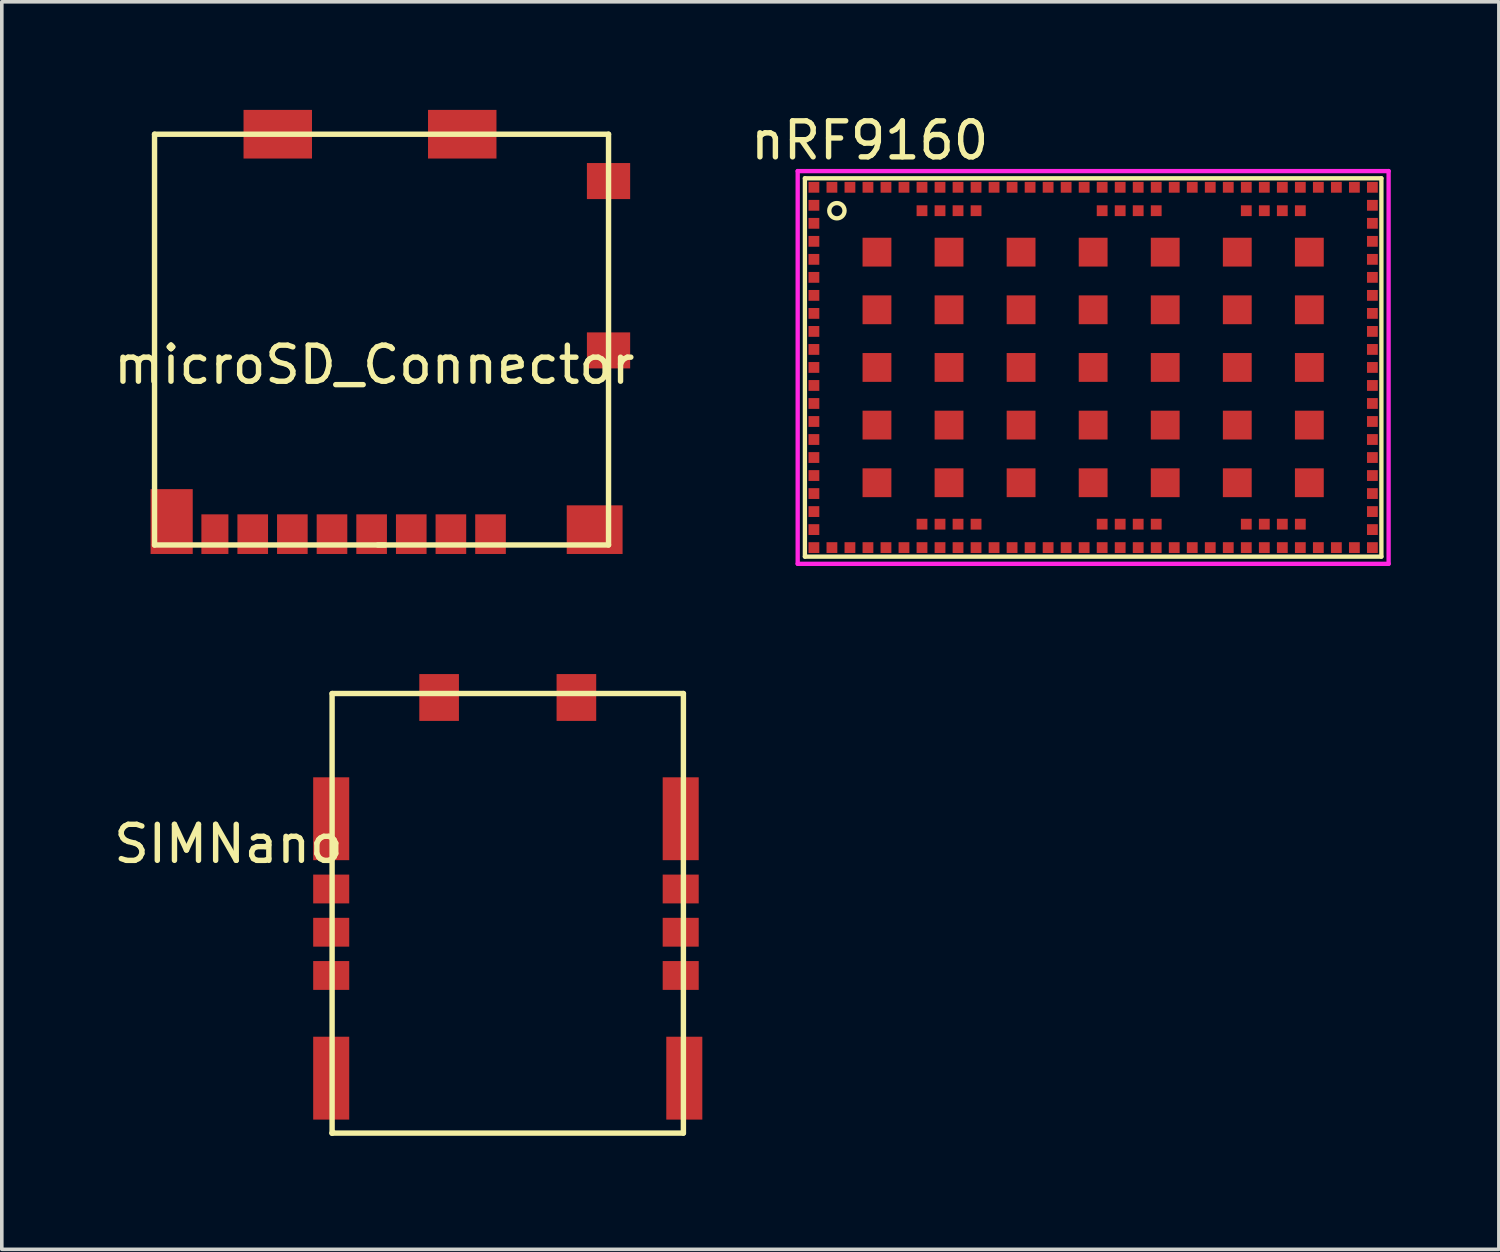
<source format=kicad_pcb>
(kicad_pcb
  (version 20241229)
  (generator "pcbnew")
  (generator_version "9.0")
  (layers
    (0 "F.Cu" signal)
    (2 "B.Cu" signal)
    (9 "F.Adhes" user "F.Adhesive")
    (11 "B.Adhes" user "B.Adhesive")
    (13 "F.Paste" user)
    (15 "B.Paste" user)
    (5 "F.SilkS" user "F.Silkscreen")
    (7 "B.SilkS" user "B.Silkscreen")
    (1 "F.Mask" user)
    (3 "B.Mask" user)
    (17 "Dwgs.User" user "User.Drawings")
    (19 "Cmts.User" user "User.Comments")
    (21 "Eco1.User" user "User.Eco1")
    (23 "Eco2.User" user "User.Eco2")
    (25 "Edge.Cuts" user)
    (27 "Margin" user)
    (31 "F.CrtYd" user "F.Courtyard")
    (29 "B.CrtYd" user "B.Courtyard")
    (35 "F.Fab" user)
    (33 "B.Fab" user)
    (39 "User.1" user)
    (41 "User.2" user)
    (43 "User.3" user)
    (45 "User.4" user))
  (footprint "nRF9160"
    (layer "F.Cu")
    (at 27.289 7.148)
    (property "Reference" "nRF9160" (at -6.2 -6.3 0) (layer "F.SilkS") (effects (font (size 1 1) (thickness 0.15))))
    (attr through_hole)
    (fp_line (start -8 -5.25) (end 8 -5.25) (stroke (width 0.12) (type solid)) (layer "F.SilkS"))
    (fp_line (start -8 5.25) (end -8 -5.25) (stroke (width 0.12) (type solid)) (layer "F.SilkS"))
    (fp_line (start 8 -5.25) (end 8 5.25) (stroke (width 0.12) (type solid)) (layer "F.SilkS"))
    (fp_line (start 8 5.25) (end -8 5.25) (stroke (width 0.12) (type solid)) (layer "F.SilkS"))
    (fp_circle (center -7.112 -4.35) (end -6.962 -4.2) (stroke (width 0.12) (type solid)) (fill no) (layer "F.SilkS"))
    (fp_line (start -8.2 -5.45) (end 8.2 -5.45) (stroke (width 0.12) (type solid)) (layer "F.CrtYd"))
    (fp_line (start -8.2 5.45) (end -8.2 -5.45) (stroke (width 0.12) (type solid)) (layer "F.CrtYd"))
    (fp_line (start 8.2 -5.45) (end 8.2 5.45) (stroke (width 0.12) (type solid)) (layer "F.CrtYd"))
    (fp_line (start 8.2 5.45) (end -8.2 5.45) (stroke (width 0.12) (type solid)) (layer "F.CrtYd"))
    (pad "1" smd rect (at -7.75 -5) (size 0.3 0.3) (layers "F.Cu" "F.Mask" "F.Paste"))
    (pad "2" smd rect (at -7.75 -4.5) (size 0.3 0.3) (layers "F.Cu" "F.Mask" "F.Paste"))
    (pad "3" smd rect (at -7.75 -4) (size 0.3 0.3) (layers "F.Cu" "F.Mask" "F.Paste"))
    (pad "4" smd rect (at -7.75 -3.5) (size 0.3 0.3) (layers "F.Cu" "F.Mask" "F.Paste"))
    (pad "5" smd rect (at -7.75 -3) (size 0.3 0.3) (layers "F.Cu" "F.Mask" "F.Paste"))
    (pad "6" smd rect (at -7.75 -2.5) (size 0.3 0.3) (layers "F.Cu" "F.Mask" "F.Paste"))
    (pad "7" smd rect (at -7.75 -2) (size 0.3 0.3) (layers "F.Cu" "F.Mask" "F.Paste"))
    (pad "8" smd rect (at -7.75 -1.5) (size 0.3 0.3) (layers "F.Cu" "F.Mask" "F.Paste"))
    (pad "9" smd rect (at -7.75 -1) (size 0.3 0.3) (layers "F.Cu" "F.Mask" "F.Paste"))
    (pad "10" smd rect (at -7.75 -0.5) (size 0.3 0.3) (layers "F.Cu" "F.Mask" "F.Paste"))
    (pad "11" smd rect (at -7.75 0) (size 0.3 0.3) (layers "F.Cu" "F.Mask" "F.Paste"))
    (pad "12" smd rect (at -7.75 0.5) (size 0.3 0.3) (layers "F.Cu" "F.Mask" "F.Paste"))
    (pad "13" smd rect (at -7.75 1) (size 0.3 0.3) (layers "F.Cu" "F.Mask" "F.Paste"))
    (pad "14" smd rect (at -7.75 1.5) (size 0.3 0.3) (layers "F.Cu" "F.Mask" "F.Paste"))
    (pad "15" smd rect (at -7.75 2) (size 0.3 0.3) (layers "F.Cu" "F.Mask" "F.Paste"))
    (pad "16" smd rect (at -7.75 2.5) (size 0.3 0.3) (layers "F.Cu" "F.Mask" "F.Paste"))
    (pad "17" smd rect (at -7.75 3) (size 0.3 0.3) (layers "F.Cu" "F.Mask" "F.Paste"))
    (pad "18" smd rect (at -7.75 3.5) (size 0.3 0.3) (layers "F.Cu" "F.Mask" "F.Paste"))
    (pad "19" smd rect (at -7.75 4) (size 0.3 0.3) (layers "F.Cu" "F.Mask" "F.Paste"))
    (pad "20" smd rect (at -7.75 4.5) (size 0.3 0.3) (layers "F.Cu" "F.Mask" "F.Paste"))
    (pad "21" smd rect (at -7.75 5) (size 0.3 0.3) (layers "F.Cu" "F.Mask" "F.Paste"))
    (pad "22" smd rect (at -7.25 5) (size 0.3 0.3) (layers "F.Cu" "F.Mask" "F.Paste"))
    (pad "23" smd rect (at -6.75 5) (size 0.3 0.3) (layers "F.Cu" "F.Mask" "F.Paste"))
    (pad "24" smd rect (at -6.25 5) (size 0.3 0.3) (layers "F.Cu" "F.Mask" "F.Paste"))
    (pad "25" smd rect (at -5.75 5) (size 0.3 0.3) (layers "F.Cu" "F.Mask" "F.Paste"))
    (pad "26" smd rect (at -5.25 5) (size 0.3 0.3) (layers "F.Cu" "F.Mask" "F.Paste"))
    (pad "27" smd rect (at -4.75 5) (size 0.3 0.3) (layers "F.Cu" "F.Mask" "F.Paste"))
    (pad "28" smd rect (at -4.25 5) (size 0.3 0.3) (layers "F.Cu" "F.Mask" "F.Paste"))
    (pad "29" smd rect (at -3.75 5) (size 0.3 0.3) (layers "F.Cu" "F.Mask" "F.Paste"))
    (pad "30" smd rect (at -3.25 5) (size 0.3 0.3) (layers "F.Cu" "F.Mask" "F.Paste"))
    (pad "31" smd rect (at -2.75 5) (size 0.3 0.3) (layers "F.Cu" "F.Mask" "F.Paste"))
    (pad "32" smd rect (at -2.25 5) (size 0.3 0.3) (layers "F.Cu" "F.Mask" "F.Paste"))
    (pad "33" smd rect (at -1.75 5) (size 0.3 0.3) (layers "F.Cu" "F.Mask" "F.Paste"))
    (pad "34" smd rect (at -1.25 5) (size 0.3 0.3) (layers "F.Cu" "F.Mask" "F.Paste"))
    (pad "35" smd rect (at -0.75 5) (size 0.3 0.3) (layers "F.Cu" "F.Mask" "F.Paste"))
    (pad "36" smd rect (at -0.25 5) (size 0.3 0.3) (layers "F.Cu" "F.Mask" "F.Paste"))
    (pad "37" smd rect (at 0.25 5) (size 0.3 0.3) (layers "F.Cu" "F.Mask" "F.Paste"))
    (pad "38" smd rect (at 0.75 5) (size 0.3 0.3) (layers "F.Cu" "F.Mask" "F.Paste"))
    (pad "39" smd rect (at 1.25 5) (size 0.3 0.3) (layers "F.Cu" "F.Mask" "F.Paste"))
    (pad "40" smd rect (at 1.75 5) (size 0.3 0.3) (layers "F.Cu" "F.Mask" "F.Paste"))
    (pad "41" smd rect (at 2.25 5) (size 0.3 0.3) (layers "F.Cu" "F.Mask" "F.Paste"))
    (pad "42" smd rect (at 2.75 5) (size 0.3 0.3) (layers "F.Cu" "F.Mask" "F.Paste"))
    (pad "43" smd rect (at 3.25 5) (size 0.3 0.3) (layers "F.Cu" "F.Mask" "F.Paste"))
    (pad "44" smd rect (at 3.75 5) (size 0.3 0.3) (layers "F.Cu" "F.Mask" "F.Paste"))
    (pad "45" smd rect (at 4.25 5) (size 0.3 0.3) (layers "F.Cu" "F.Mask" "F.Paste"))
    (pad "46" smd rect (at 4.75 5) (size 0.3 0.3) (layers "F.Cu" "F.Mask" "F.Paste"))
    (pad "47" smd rect (at 5.25 5) (size 0.3 0.3) (layers "F.Cu" "F.Mask" "F.Paste"))
    (pad "48" smd rect (at 5.75 5) (size 0.3 0.3) (layers "F.Cu" "F.Mask" "F.Paste"))
    (pad "49" smd rect (at 6.25 5) (size 0.3 0.3) (layers "F.Cu" "F.Mask" "F.Paste"))
    (pad "50" smd rect (at 6.75 5) (size 0.3 0.3) (layers "F.Cu" "F.Mask" "F.Paste"))
    (pad "51" smd rect (at 7.25 5) (size 0.3 0.3) (layers "F.Cu" "F.Mask" "F.Paste"))
    (pad "52" smd rect (at 7.75 5) (size 0.3 0.3) (layers "F.Cu" "F.Mask" "F.Paste"))
    (pad "53" smd rect (at 7.75 4.5) (size 0.3 0.3) (layers "F.Cu" "F.Mask" "F.Paste"))
    (pad "54" smd rect (at 7.75 4) (size 0.3 0.3) (layers "F.Cu" "F.Mask" "F.Paste"))
    (pad "55" smd rect (at 7.75 3.5) (size 0.3 0.3) (layers "F.Cu" "F.Mask" "F.Paste"))
    (pad "56" smd rect (at 7.75 3) (size 0.3 0.3) (layers "F.Cu" "F.Mask" "F.Paste"))
    (pad "57" smd rect (at 7.75 2.5) (size 0.3 0.3) (layers "F.Cu" "F.Mask" "F.Paste"))
    (pad "58" smd rect (at 7.75 2) (size 0.3 0.3) (layers "F.Cu" "F.Mask" "F.Paste"))
    (pad "59" smd rect (at 7.75 1.5) (size 0.3 0.3) (layers "F.Cu" "F.Mask" "F.Paste"))
    (pad "60" smd rect (at 7.75 1) (size 0.3 0.3) (layers "F.Cu" "F.Mask" "F.Paste"))
    (pad "61" smd rect (at 7.75 0.5) (size 0.3 0.3) (layers "F.Cu" "F.Mask" "F.Paste"))
    (pad "62" smd rect (at 7.75 0) (size 0.3 0.3) (layers "F.Cu" "F.Mask" "F.Paste"))
    (pad "63" smd rect (at 7.75 -0.5) (size 0.3 0.3) (layers "F.Cu" "F.Mask" "F.Paste"))
    (pad "64" smd rect (at 7.75 -1) (size 0.3 0.3) (layers "F.Cu" "F.Mask" "F.Paste"))
    (pad "65" smd rect (at 7.75 -1.5) (size 0.3 0.3) (layers "F.Cu" "F.Mask" "F.Paste"))
    (pad "66" smd rect (at 7.75 -2) (size 0.3 0.3) (layers "F.Cu" "F.Mask" "F.Paste"))
    (pad "67" smd rect (at 7.75 -2.5) (size 0.3 0.3) (layers "F.Cu" "F.Mask" "F.Paste"))
    (pad "68" smd rect (at 7.75 -3) (size 0.3 0.3) (layers "F.Cu" "F.Mask" "F.Paste"))
    (pad "69" smd rect (at 7.75 -3.5) (size 0.3 0.3) (layers "F.Cu" "F.Mask" "F.Paste"))
    (pad "70" smd rect (at 7.75 -4) (size 0.3 0.3) (layers "F.Cu" "F.Mask" "F.Paste"))
    (pad "71" smd rect (at 7.75 -4.5) (size 0.3 0.3) (layers "F.Cu" "F.Mask" "F.Paste"))
    (pad "72" smd rect (at 7.75 -5) (size 0.3 0.3) (layers "F.Cu" "F.Mask" "F.Paste"))
    (pad "73" smd rect (at 7.25 -5) (size 0.3 0.3) (layers "F.Cu" "F.Mask" "F.Paste"))
    (pad "74" smd rect (at 6.75 -5) (size 0.3 0.3) (layers "F.Cu" "F.Mask" "F.Paste"))
    (pad "75" smd rect (at 6.25 -5) (size 0.3 0.3) (layers "F.Cu" "F.Mask" "F.Paste"))
    (pad "76" smd rect (at 5.75 -5) (size 0.3 0.3) (layers "F.Cu" "F.Mask" "F.Paste"))
    (pad "77" smd rect (at 5.25 -5) (size 0.3 0.3) (layers "F.Cu" "F.Mask" "F.Paste"))
    (pad "78" smd rect (at 4.75 -5) (size 0.3 0.3) (layers "F.Cu" "F.Mask" "F.Paste"))
    (pad "79" smd rect (at 4.25 -5) (size 0.3 0.3) (layers "F.Cu" "F.Mask" "F.Paste"))
    (pad "80" smd rect (at 3.75 -5) (size 0.3 0.3) (layers "F.Cu" "F.Mask" "F.Paste"))
    (pad "81" smd rect (at 3.25 -5) (size 0.3 0.3) (layers "F.Cu" "F.Mask" "F.Paste"))
    (pad "82" smd rect (at 2.75 -5) (size 0.3 0.3) (layers "F.Cu" "F.Mask" "F.Paste"))
    (pad "83" smd rect (at 2.25 -5) (size 0.3 0.3) (layers "F.Cu" "F.Mask" "F.Paste"))
    (pad "84" smd rect (at 1.75 -5) (size 0.3 0.3) (layers "F.Cu" "F.Mask" "F.Paste"))
    (pad "85" smd rect (at 1.25 -5) (size 0.3 0.3) (layers "F.Cu" "F.Mask" "F.Paste"))
    (pad "86" smd rect (at 0.75 -5) (size 0.3 0.3) (layers "F.Cu" "F.Mask" "F.Paste"))
    (pad "87" smd rect (at 0.25 -5) (size 0.3 0.3) (layers "F.Cu" "F.Mask" "F.Paste"))
    (pad "88" smd rect (at -0.25 -5) (size 0.3 0.3) (layers "F.Cu" "F.Mask" "F.Paste"))
    (pad "89" smd rect (at -0.75 -5) (size 0.3 0.3) (layers "F.Cu" "F.Mask" "F.Paste"))
    (pad "90" smd rect (at -1.25 -5) (size 0.3 0.3) (layers "F.Cu" "F.Mask" "F.Paste"))
    (pad "91" smd rect (at -1.75 -5) (size 0.3 0.3) (layers "F.Cu" "F.Mask" "F.Paste"))
    (pad "92" smd rect (at -2.25 -5) (size 0.3 0.3) (layers "F.Cu" "F.Mask" "F.Paste"))
    (pad "93" smd rect (at -2.75 -5) (size 0.3 0.3) (layers "F.Cu" "F.Mask" "F.Paste"))
    (pad "94" smd rect (at -3.25 -5) (size 0.3 0.3) (layers "F.Cu" "F.Mask" "F.Paste"))
    (pad "95" smd rect (at -3.75 -5 90) (size 0.3 0.3) (layers "F.Cu" "F.Mask" "F.Paste"))
    (pad "96" smd rect (at -4.25 -5) (size 0.3 0.3) (layers "F.Cu" "F.Mask" "F.Paste"))
    (pad "97" smd rect (at -4.75 -5) (size 0.3 0.3) (layers "F.Cu" "F.Mask" "F.Paste"))
    (pad "98" smd rect (at -5.25 -5) (size 0.3 0.3) (layers "F.Cu" "F.Mask" "F.Paste"))
    (pad "99" smd rect (at -5.75 -5) (size 0.3 0.3) (layers "F.Cu" "F.Mask" "F.Paste"))
    (pad "100" smd rect (at -6.25 -5) (size 0.3 0.3) (layers "F.Cu" "F.Mask" "F.Paste"))
    (pad "101" smd rect (at -6.75 -5) (size 0.3 0.3) (layers "F.Cu" "F.Mask" "F.Paste"))
    (pad "102" smd rect (at -7.25 -5) (size 0.3 0.3) (layers "F.Cu" "F.Mask" "F.Paste"))
    (pad "103" smd rect (at -6 -3.2) (size 0.8 0.8) (layers "F.Cu" "F.Mask" "F.Paste"))
    (pad "103" smd rect (at -6 -1.6) (size 0.8 0.8) (layers "F.Cu" "F.Mask" "F.Paste"))
    (pad "103" smd rect (at -6 0) (size 0.8 0.8) (layers "F.Cu" "F.Mask" "F.Paste"))
    (pad "103" smd rect (at -6 1.6) (size 0.8 0.8) (layers "F.Cu" "F.Mask" "F.Paste"))
    (pad "103" smd rect (at -6 3.2) (size 0.8 0.8) (layers "F.Cu" "F.Mask" "F.Paste"))
    (pad "103" smd rect (at -4 -3.2) (size 0.8 0.8) (layers "F.Cu" "F.Mask" "F.Paste"))
    (pad "103" smd rect (at -4 -1.6) (size 0.8 0.8) (layers "F.Cu" "F.Mask" "F.Paste"))
    (pad "103" smd rect (at -4 0) (size 0.8 0.8) (layers "F.Cu" "F.Mask" "F.Paste"))
    (pad "103" smd rect (at -4 1.6) (size 0.8 0.8) (layers "F.Cu" "F.Mask" "F.Paste"))
    (pad "103" smd rect (at -4 3.2) (size 0.8 0.8) (layers "F.Cu" "F.Mask" "F.Paste"))
    (pad "103" smd rect (at -2 -3.2) (size 0.8 0.8) (layers "F.Cu" "F.Mask" "F.Paste"))
    (pad "103" smd rect (at -2 -1.6) (size 0.8 0.8) (layers "F.Cu" "F.Mask" "F.Paste"))
    (pad "103" smd rect (at -2 0) (size 0.8 0.8) (layers "F.Cu" "F.Mask" "F.Paste"))
    (pad "103" smd rect (at -2 1.6) (size 0.8 0.8) (layers "F.Cu" "F.Mask" "F.Paste"))
    (pad "103" smd rect (at -2 3.2) (size 0.8 0.8) (layers "F.Cu" "F.Mask" "F.Paste"))
    (pad "103" smd rect (at 0 -3.2) (size 0.8 0.8) (layers "F.Cu" "F.Mask" "F.Paste"))
    (pad "103" smd rect (at 0 -1.6) (size 0.8 0.8) (layers "F.Cu" "F.Mask" "F.Paste"))
    (pad "103" smd rect (at 0 0) (size 0.8 0.8) (layers "F.Cu" "F.Mask" "F.Paste"))
    (pad "103" smd rect (at 0 1.6) (size 0.8 0.8) (layers "F.Cu" "F.Mask" "F.Paste"))
    (pad "103" smd rect (at 0 3.2) (size 0.8 0.8) (layers "F.Cu" "F.Mask" "F.Paste"))
    (pad "103" smd rect (at 2 -3.2) (size 0.8 0.8) (layers "F.Cu" "F.Mask" "F.Paste"))
    (pad "103" smd rect (at 2 -1.6) (size 0.8 0.8) (layers "F.Cu" "F.Mask" "F.Paste"))
    (pad "103" smd rect (at 2 0) (size 0.8 0.8) (layers "F.Cu" "F.Mask" "F.Paste"))
    (pad "103" smd rect (at 2 1.6) (size 0.8 0.8) (layers "F.Cu" "F.Mask" "F.Paste"))
    (pad "103" smd rect (at 2 3.2) (size 0.8 0.8) (layers "F.Cu" "F.Mask" "F.Paste"))
    (pad "103" smd rect (at 4 -3.2) (size 0.8 0.8) (layers "F.Cu" "F.Mask" "F.Paste"))
    (pad "103" smd rect (at 4 -1.6) (size 0.8 0.8) (layers "F.Cu" "F.Mask" "F.Paste"))
    (pad "103" smd rect (at 4 0) (size 0.8 0.8) (layers "F.Cu" "F.Mask" "F.Paste"))
    (pad "103" smd rect (at 4 1.6) (size 0.8 0.8) (layers "F.Cu" "F.Mask" "F.Paste"))
    (pad "103" smd rect (at 4 3.2) (size 0.8 0.8) (layers "F.Cu" "F.Mask" "F.Paste"))
    (pad "103" smd rect (at 6 -3.2) (size 0.8 0.8) (layers "F.Cu" "F.Mask" "F.Paste"))
    (pad "103" smd rect (at 6 -1.6) (size 0.8 0.8) (layers "F.Cu" "F.Mask" "F.Paste"))
    (pad "103" smd rect (at 6 0) (size 0.8 0.8) (layers "F.Cu" "F.Mask" "F.Paste"))
    (pad "103" smd rect (at 6 1.6) (size 0.8 0.8) (layers "F.Cu" "F.Mask" "F.Paste"))
    (pad "103" smd rect (at 6 3.2) (size 0.8 0.8) (layers "F.Cu" "F.Mask" "F.Paste"))
    (pad "104" smd rect (at -4.75 4.35) (size 0.3 0.3) (layers "F.Cu" "F.Mask" "F.Paste"))
    (pad "105" smd rect (at -4.25 4.35) (size 0.3 0.3) (layers "F.Cu" "F.Mask" "F.Paste"))
    (pad "106" smd rect (at -3.75 4.35) (size 0.3 0.3) (layers "F.Cu" "F.Mask" "F.Paste"))
    (pad "107" smd rect (at -3.25 4.35) (size 0.3 0.3) (layers "F.Cu" "F.Mask" "F.Paste"))
    (pad "108" smd rect (at 0.25 4.35) (size 0.3 0.3) (layers "F.Cu" "F.Mask" "F.Paste"))
    (pad "109" smd rect (at 0.75 4.35) (size 0.3 0.3) (layers "F.Cu" "F.Mask" "F.Paste"))
    (pad "110" smd rect (at 1.25 4.35) (size 0.3 0.3) (layers "F.Cu" "F.Mask" "F.Paste"))
    (pad "111" smd rect (at 1.75 4.35) (size 0.3 0.3) (layers "F.Cu" "F.Mask" "F.Paste"))
    (pad "112" smd rect (at 4.25 4.35) (size 0.3 0.3) (layers "F.Cu" "F.Mask" "F.Paste"))
    (pad "113" smd rect (at 4.75 4.35) (size 0.3 0.3) (layers "F.Cu" "F.Mask" "F.Paste"))
    (pad "114" smd rect (at 5.25 4.35) (size 0.3 0.3) (layers "F.Cu" "F.Mask" "F.Paste"))
    (pad "115" smd rect (at 5.75 4.35) (size 0.3 0.3) (layers "F.Cu" "F.Mask" "F.Paste"))
    (pad "116" smd rect (at 5.75 -4.35) (size 0.3 0.3) (layers "F.Cu" "F.Mask" "F.Paste"))
    (pad "117" smd rect (at 5.25 -4.35) (size 0.3 0.3) (layers "F.Cu" "F.Mask" "F.Paste"))
    (pad "118" smd rect (at 4.75 -4.35) (size 0.3 0.3) (layers "F.Cu" "F.Mask" "F.Paste"))
    (pad "119" smd rect (at 4.25 -4.35) (size 0.3 0.3) (layers "F.Cu" "F.Mask" "F.Paste"))
    (pad "120" smd rect (at 1.75 -4.35) (size 0.3 0.3) (layers "F.Cu" "F.Mask" "F.Paste"))
    (pad "121" smd rect (at 1.25 -4.35) (size 0.3 0.3) (layers "F.Cu" "F.Mask" "F.Paste"))
    (pad "122" smd rect (at 0.75 -4.35) (size 0.3 0.3) (layers "F.Cu" "F.Mask" "F.Paste"))
    (pad "123" smd rect (at 0.25 -4.35) (size 0.3 0.3) (layers "F.Cu" "F.Mask" "F.Paste"))
    (pad "124" smd rect (at -3.25 -4.35) (size 0.3 0.3) (layers "F.Cu" "F.Mask" "F.Paste"))
    (pad "125" smd rect (at -3.75 -4.35) (size 0.3 0.3) (layers "F.Cu" "F.Mask" "F.Paste"))
    (pad "126" smd rect (at -4.25 -4.35) (size 0.3 0.3) (layers "F.Cu" "F.Mask" "F.Paste"))
    (pad "127" smd rect (at -4.75 -4.35) (size 0.3 0.3) (layers "F.Cu" "F.Mask" "F.Paste")))
  (footprint "SIMNano"
    (layer "F.Cu")
    (at 11.042 28.373)
    (property "Reference" "SIMNano" (at -7.75 -8 0) (layer "F.SilkS") (effects (font (size 1 1) (thickness 0.15))))
    (attr through_hole)
    (fp_line (start -4.875 -12.175) (end -4.875 0.025) (stroke (width 0.15) (type solid)) (layer "F.SilkS"))
    (fp_line (start -4.875 -12.175) (end 4.875 -12.175) (stroke (width 0.15) (type solid)) (layer "F.SilkS"))
    (fp_line (start -4.875 0.025) (end -4.85 0) (stroke (width 0.15) (type solid)) (layer "F.SilkS"))
    (fp_line (start -4.875 0.025) (end 4.875 0.025) (stroke (width 0.15) (type solid)) (layer "F.SilkS"))
    (fp_line (start 4.875 0.025) (end 4.875 -12.175) (stroke (width 0.15) (type solid)) (layer "F.SilkS"))
    (pad "1" connect rect (at 4.8 -4.35) (size 1 0.8) (layers "F.Cu" "F.Mask"))
    (pad "2" connect rect (at 4.8 -5.55) (size 1 0.8) (layers "F.Cu" "F.Mask"))
    (pad "3" connect rect (at -4.9 -4.35) (size 1 0.8) (layers "F.Cu" "F.Mask"))
    (pad "4" connect rect (at -4.9 -8.7) (size 1 2.3) (layers "F.Cu" "F.Mask"))
    (pad "4" connect rect (at -4.9 -1.5) (size 1 2.3) (layers "F.Cu" "F.Mask"))
    (pad "4" connect rect (at 4.8 -8.7) (size 1 2.3) (layers "F.Cu" "F.Mask"))
    (pad "4" connect rect (at 4.8 -6.75) (size 1 0.8) (layers "F.Cu" "F.Mask"))
    (pad "4" connect rect (at 4.9 -1.5) (size 1 2.3) (layers "F.Cu" "F.Mask"))
    (pad "5" connect rect (at -4.9 -5.55) (size 1 0.8) (layers "F.Cu" "F.Mask"))
    (pad "6" connect rect (at -4.9 -6.75) (size 1 0.8) (layers "F.Cu" "F.Mask"))
    (pad "NC" connect rect (at -1.905 -12.065) (size 1.1 1.3) (layers "F.Cu" "F.Mask"))
    (pad "NC" connect rect (at 1.905 -12.065) (size 1.1 1.3) (layers "F.Cu" "F.Mask")))
  (footprint "microSD_Connector"
    (layer "F.Cu")
    (at 7.439 12.075)
    (property "Reference" "microSD_Connector" (at -0.1 -5 0) (layer "F.SilkS") (effects (font (size 1 1) (thickness 0.15))))
    (attr through_hole)
    (fp_line (start -6.2 -11.4) (end -6.2 0) (stroke (width 0.15) (type solid)) (layer "F.SilkS"))
    (fp_line (start -6.2 -11.4) (end 6.4 -11.4) (stroke (width 0.15) (type solid)) (layer "F.SilkS"))
    (fp_line (start -6.2 0) (end 0.2 0) (stroke (width 0.15) (type solid)) (layer "F.SilkS"))
    (fp_line (start 0 0) (end 6.4 0) (stroke (width 0.15) (type solid)) (layer "F.SilkS"))
    (fp_line (start 6.4 0) (end 6.4 -11.4) (stroke (width 0.15) (type solid)) (layer "F.SilkS"))
    (pad "1" smd rect (at 3.125 -0.3) (size 0.85 1.1) (layers "F.Cu" "F.Mask" "F.Paste"))
    (pad "2" smd rect (at 2.025 -0.3) (size 0.85 1.1) (layers "F.Cu" "F.Mask" "F.Paste"))
    (pad "3" smd rect (at 0.925 -0.3) (size 0.85 1.1) (layers "F.Cu" "F.Mask" "F.Paste"))
    (pad "4" smd rect (at -0.175 -0.3) (size 0.85 1.1) (layers "F.Cu" "F.Mask" "F.Paste"))
    (pad "5" smd rect (at -1.275 -0.3) (size 0.85 1.1) (layers "F.Cu" "F.Mask" "F.Paste"))
    (pad "6" smd rect (at -2.375 -0.3) (size 0.85 1.1) (layers "F.Cu" "F.Mask" "F.Paste"))
    (pad "7" smd rect (at -3.475 -0.3) (size 0.85 1.1) (layers "F.Cu" "F.Mask" "F.Paste"))
    (pad "8" smd rect (at -4.525 -0.3) (size 0.75 1.1) (layers "F.Cu" "F.Mask" "F.Paste"))
    (pad "9" smd rect (at -5.725 -0.65) (size 1.17 1.8) (layers "F.Cu" "F.Mask" "F.Paste"))
    (pad "9" smd rect (at -2.78 -11.4) (size 1.9 1.35) (layers "F.Cu" "F.Mask" "F.Paste"))
    (pad "9" smd rect (at 2.34 -11.4) (size 1.9 1.35) (layers "F.Cu" "F.Mask" "F.Paste"))
    (pad "9" smd rect (at 6.015 -0.425) (size 1.55 1.35) (layers "F.Cu" "F.Mask" "F.Paste"))
    (pad "NC" smd rect (at 6.4 -10.1) (size 1.2 1) (layers "F.Cu" "F.Mask" "F.Paste"))
    (pad "NC" smd rect (at 6.4 -5.4) (size 1.2 1) (layers "F.Cu" "F.Mask" "F.Paste")))
  (gr_rect
    (start -3 -3)
    (end 38.549 31.623)
    (stroke (width 0.1) (type default))
    (fill no)
    (layer "Edge.Cuts")))
</source>
